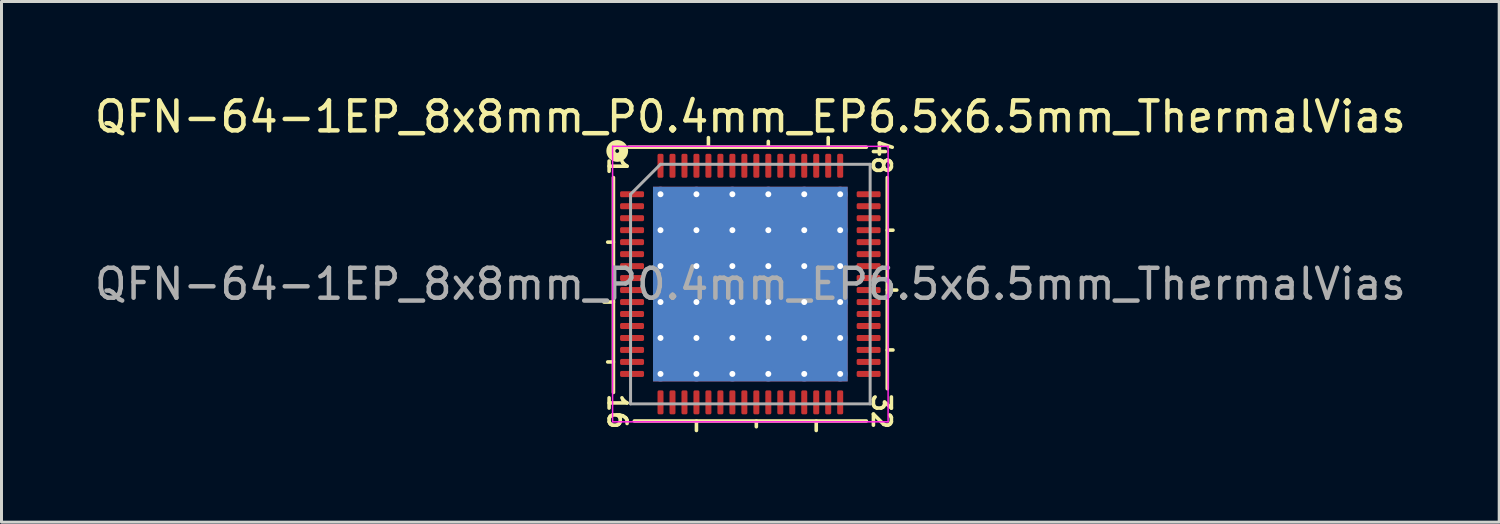
<source format=kicad_pcb>
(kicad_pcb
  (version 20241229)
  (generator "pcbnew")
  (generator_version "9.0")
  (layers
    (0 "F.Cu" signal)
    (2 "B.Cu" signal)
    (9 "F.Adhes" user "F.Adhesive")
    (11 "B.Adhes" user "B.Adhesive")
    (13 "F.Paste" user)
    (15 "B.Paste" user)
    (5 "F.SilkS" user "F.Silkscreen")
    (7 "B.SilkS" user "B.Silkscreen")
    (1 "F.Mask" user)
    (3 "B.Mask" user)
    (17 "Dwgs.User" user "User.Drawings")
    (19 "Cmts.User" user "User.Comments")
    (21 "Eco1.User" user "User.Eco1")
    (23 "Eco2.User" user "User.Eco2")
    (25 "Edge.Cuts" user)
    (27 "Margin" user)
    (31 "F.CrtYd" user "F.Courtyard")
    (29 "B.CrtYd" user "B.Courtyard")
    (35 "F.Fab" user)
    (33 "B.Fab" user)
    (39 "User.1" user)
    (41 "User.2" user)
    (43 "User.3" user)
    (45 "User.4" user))
  (footprint "QFN-64-1EP_8x8mm_P0.4mm_EP6.5x6.5mm_ThermalVias"
    (layer "F.Cu")
    (at 22.006 6.436)
    (property "Reference" "QFN-64-1EP_8x8mm_P0.4mm_EP6.5x6.5mm_ThermalVias" (at 0 -5.588 0) (layer "F.SilkS") (effects (font (size 1 1) (thickness 0.15))))
    (attr smd)
    (fp_line (start -4.572 -3.556) (end -4.572 3.619) (stroke (width 0.12) (type solid)) (layer "F.SilkS"))
    (fp_line (start -4.572 -1.4) (end -4.763 -1.4) (stroke (width 0.12) (type solid)) (layer "F.SilkS"))
    (fp_line (start -4.572 0.6) (end -4.889 0.6) (stroke (width 0.12) (type solid)) (layer "F.SilkS"))
    (fp_line (start -4.572 2.6) (end -4.763 2.6) (stroke (width 0.12) (type solid)) (layer "F.SilkS"))
    (fp_line (start -3.873 4.572) (end 3.873 4.572) (stroke (width 0.12) (type solid)) (layer "F.SilkS"))
    (fp_line (start -1.8 4.572) (end -1.8 4.889) (stroke (width 0.12) (type solid)) (layer "F.SilkS"))
    (fp_line (start -1.4 -4.572) (end -1.4 -4.889) (stroke (width 0.12) (type solid)) (layer "F.SilkS"))
    (fp_line (start 0.2 4.572) (end 0.2 4.763) (stroke (width 0.12) (type solid)) (layer "F.SilkS"))
    (fp_line (start 0.6 -4.572) (end 0.6 -4.763) (stroke (width 0.12) (type solid)) (layer "F.SilkS"))
    (fp_line (start 2.2 4.572) (end 2.2 4.889) (stroke (width 0.12) (type solid)) (layer "F.SilkS"))
    (fp_line (start 2.6 -4.572) (end 2.6 -4.889) (stroke (width 0.12) (type solid)) (layer "F.SilkS"))
    (fp_line (start 3.873 -4.572) (end -4.064 -4.572) (stroke (width 0.12) (type solid)) (layer "F.SilkS"))
    (fp_line (start 4.572 -1.8) (end 4.763 -1.8) (stroke (width 0.12) (type solid)) (layer "F.SilkS"))
    (fp_line (start 4.572 0.2) (end 4.889 0.2) (stroke (width 0.12) (type solid)) (layer "F.SilkS"))
    (fp_line (start 4.572 2.2) (end 4.763 2.2) (stroke (width 0.12) (type solid)) (layer "F.SilkS"))
    (fp_line (start 4.572 3.493) (end 4.572 -3.556) (stroke (width 0.12) (type solid)) (layer "F.SilkS"))
    (fp_circle (center -4.445 -4.445) (end -4.381 -4.445) (stroke (width 0.3) (type solid)) (fill no) (layer "F.SilkS"))
    (fp_line (start -4.6 -4.6) (end -4.6 4.6) (stroke (width 0.05) (type solid)) (layer "F.CrtYd"))
    (fp_line (start -4.6 4.6) (end 4.6 4.6) (stroke (width 0.05) (type solid)) (layer "F.CrtYd"))
    (fp_line (start 4.6 -4.6) (end -4.6 -4.6) (stroke (width 0.05) (type solid)) (layer "F.CrtYd"))
    (fp_line (start 4.6 4.6) (end 4.6 -4.6) (stroke (width 0.05) (type solid)) (layer "F.CrtYd"))
    (fp_line (start -4 -3) (end -3 -4) (stroke (width 0.1) (type solid)) (layer "F.Fab"))
    (fp_line (start -4 4) (end -4 -3) (stroke (width 0.1) (type solid)) (layer "F.Fab"))
    (fp_line (start -3 -4) (end 4 -4) (stroke (width 0.1) (type solid)) (layer "F.Fab"))
    (fp_line (start 4 -4) (end 4 4) (stroke (width 0.1) (type solid)) (layer "F.Fab"))
    (fp_line (start 4 4) (end -4 4) (stroke (width 0.1) (type solid)) (layer "F.Fab"))
    (fp_text user "48" (at 4.381 -4.255 270) (unlocked yes) (layer "F.SilkS") (effects (font (size 0.6 0.6) (thickness 0.12))))
    (fp_text user "1" (at -4.445 -3.937 270) (unlocked yes) (layer "F.SilkS") (effects (font (size 0.6 0.6) (thickness 0.12))))
    (fp_text user "16" (at -4.445 4.255 270) (unlocked yes) (layer "F.SilkS") (effects (font (size 0.6 0.6) (thickness 0.12))))
    (fp_text user "32" (at 4.381 4.255 270) (unlocked yes) (layer "F.SilkS") (effects (font (size 0.6 0.6) (thickness 0.12))))
    (fp_text user "${REFERENCE}" (at 0 0 0) (layer "F.Fab") (effects (font (size 1 1) (thickness 0.15))))
    (pad "" smd roundrect (at -2.4 -2.4) (size 1.007 1.007) (layers "F.Paste") (roundrect_rratio 0.248))
    (pad "" smd roundrect (at -2.4 -1.2) (size 1.007 1.007) (layers "F.Paste") (roundrect_rratio 0.248))
    (pad "" smd roundrect (at -2.4 0) (size 1.007 1.007) (layers "F.Paste") (roundrect_rratio 0.248))
    (pad "" smd roundrect (at -2.4 1.2) (size 1.007 1.007) (layers "F.Paste") (roundrect_rratio 0.248))
    (pad "" smd roundrect (at -2.4 2.4) (size 1.007 1.007) (layers "F.Paste") (roundrect_rratio 0.248))
    (pad "" smd roundrect (at -1.2 -2.4) (size 1.007 1.007) (layers "F.Paste") (roundrect_rratio 0.248))
    (pad "" smd roundrect (at -1.2 -1.2) (size 1.007 1.007) (layers "F.Paste") (roundrect_rratio 0.248))
    (pad "" smd roundrect (at -1.2 0) (size 1.007 1.007) (layers "F.Paste") (roundrect_rratio 0.248))
    (pad "" smd roundrect (at -1.2 1.2) (size 1.007 1.007) (layers "F.Paste") (roundrect_rratio 0.248))
    (pad "" smd roundrect (at -1.2 2.4) (size 1.007 1.007) (layers "F.Paste") (roundrect_rratio 0.248))
    (pad "" smd roundrect (at 0 -2.4) (size 1.007 1.007) (layers "F.Paste") (roundrect_rratio 0.248))
    (pad "" smd roundrect (at 0 -1.2) (size 1.007 1.007) (layers "F.Paste") (roundrect_rratio 0.248))
    (pad "" smd roundrect (at 0 0) (size 1.007 1.007) (layers "F.Paste") (roundrect_rratio 0.248))
    (pad "" smd roundrect (at 0 1.2) (size 1.007 1.007) (layers "F.Paste") (roundrect_rratio 0.248))
    (pad "" smd roundrect (at 0 2.4) (size 1.007 1.007) (layers "F.Paste") (roundrect_rratio 0.248))
    (pad "" smd roundrect (at 1.2 -2.4) (size 1.007 1.007) (layers "F.Paste") (roundrect_rratio 0.248))
    (pad "" smd roundrect (at 1.2 -1.2) (size 1.007 1.007) (layers "F.Paste") (roundrect_rratio 0.248))
    (pad "" smd roundrect (at 1.2 0) (size 1.007 1.007) (layers "F.Paste") (roundrect_rratio 0.248))
    (pad "" smd roundrect (at 1.2 1.2) (size 1.007 1.007) (layers "F.Paste") (roundrect_rratio 0.248))
    (pad "" smd roundrect (at 1.2 2.4) (size 1.007 1.007) (layers "F.Paste") (roundrect_rratio 0.248))
    (pad "" smd roundrect (at 2.4 -2.4) (size 1.007 1.007) (layers "F.Paste") (roundrect_rratio 0.248))
    (pad "" smd roundrect (at 2.4 -1.2) (size 1.007 1.007) (layers "F.Paste") (roundrect_rratio 0.248))
    (pad "" smd roundrect (at 2.4 0) (size 1.007 1.007) (layers "F.Paste") (roundrect_rratio 0.248))
    (pad "" smd roundrect (at 2.4 1.2) (size 1.007 1.007) (layers "F.Paste") (roundrect_rratio 0.248))
    (pad "" smd roundrect (at 2.4 2.4) (size 1.007 1.007) (layers "F.Paste") (roundrect_rratio 0.248))
    (pad "1" smd roundrect (at -3.95 -3) (size 0.8 0.2) (layers "F.Cu" "F.Mask" "F.Paste") (roundrect_rratio 0.25))
    (pad "2" smd roundrect (at -3.95 -2.6) (size 0.8 0.2) (layers "F.Cu" "F.Mask" "F.Paste") (roundrect_rratio 0.25))
    (pad "3" smd roundrect (at -3.95 -2.2) (size 0.8 0.2) (layers "F.Cu" "F.Mask" "F.Paste") (roundrect_rratio 0.25))
    (pad "4" smd roundrect (at -3.95 -1.8) (size 0.8 0.2) (layers "F.Cu" "F.Mask" "F.Paste") (roundrect_rratio 0.25))
    (pad "5" smd roundrect (at -3.95 -1.4) (size 0.8 0.2) (layers "F.Cu" "F.Mask" "F.Paste") (roundrect_rratio 0.25))
    (pad "6" smd roundrect (at -3.95 -1) (size 0.8 0.2) (layers "F.Cu" "F.Mask" "F.Paste") (roundrect_rratio 0.25))
    (pad "7" smd roundrect (at -3.95 -0.6) (size 0.8 0.2) (layers "F.Cu" "F.Mask" "F.Paste") (roundrect_rratio 0.25))
    (pad "8" smd roundrect (at -3.95 -0.2) (size 0.8 0.2) (layers "F.Cu" "F.Mask" "F.Paste") (roundrect_rratio 0.25))
    (pad "9" smd roundrect (at -3.95 0.2) (size 0.8 0.2) (layers "F.Cu" "F.Mask" "F.Paste") (roundrect_rratio 0.25))
    (pad "10" smd roundrect (at -3.95 0.6) (size 0.8 0.2) (layers "F.Cu" "F.Mask" "F.Paste") (roundrect_rratio 0.25))
    (pad "11" smd roundrect (at -3.95 1) (size 0.8 0.2) (layers "F.Cu" "F.Mask" "F.Paste") (roundrect_rratio 0.25))
    (pad "12" smd roundrect (at -3.95 1.4) (size 0.8 0.2) (layers "F.Cu" "F.Mask" "F.Paste") (roundrect_rratio 0.25))
    (pad "13" smd roundrect (at -3.95 1.8) (size 0.8 0.2) (layers "F.Cu" "F.Mask" "F.Paste") (roundrect_rratio 0.25))
    (pad "14" smd roundrect (at -3.95 2.2) (size 0.8 0.2) (layers "F.Cu" "F.Mask" "F.Paste") (roundrect_rratio 0.25))
    (pad "15" smd roundrect (at -3.95 2.6) (size 0.8 0.2) (layers "F.Cu" "F.Mask" "F.Paste") (roundrect_rratio 0.25))
    (pad "16" smd roundrect (at -3.95 3) (size 0.8 0.2) (layers "F.Cu" "F.Mask" "F.Paste") (roundrect_rratio 0.25))
    (pad "17" smd roundrect (at -3 3.95) (size 0.2 0.8) (layers "F.Cu" "F.Mask" "F.Paste") (roundrect_rratio 0.25))
    (pad "18" smd roundrect (at -2.6 3.95) (size 0.2 0.8) (layers "F.Cu" "F.Mask" "F.Paste") (roundrect_rratio 0.25))
    (pad "19" smd roundrect (at -2.2 3.95) (size 0.2 0.8) (layers "F.Cu" "F.Mask" "F.Paste") (roundrect_rratio 0.25))
    (pad "20" smd roundrect (at -1.8 3.95) (size 0.2 0.8) (layers "F.Cu" "F.Mask" "F.Paste") (roundrect_rratio 0.25))
    (pad "21" smd roundrect (at -1.4 3.95) (size 0.2 0.8) (layers "F.Cu" "F.Mask" "F.Paste") (roundrect_rratio 0.25))
    (pad "22" smd roundrect (at -1 3.95) (size 0.2 0.8) (layers "F.Cu" "F.Mask" "F.Paste") (roundrect_rratio 0.25))
    (pad "23" smd roundrect (at -0.6 3.95) (size 0.2 0.8) (layers "F.Cu" "F.Mask" "F.Paste") (roundrect_rratio 0.25))
    (pad "24" smd roundrect (at -0.2 3.95) (size 0.2 0.8) (layers "F.Cu" "F.Mask" "F.Paste") (roundrect_rratio 0.25))
    (pad "25" smd roundrect (at 0.2 3.95) (size 0.2 0.8) (layers "F.Cu" "F.Mask" "F.Paste") (roundrect_rratio 0.25))
    (pad "26" smd roundrect (at 0.6 3.95) (size 0.2 0.8) (layers "F.Cu" "F.Mask" "F.Paste") (roundrect_rratio 0.25))
    (pad "27" smd roundrect (at 1 3.95) (size 0.2 0.8) (layers "F.Cu" "F.Mask" "F.Paste") (roundrect_rratio 0.25))
    (pad "28" smd roundrect (at 1.4 3.95) (size 0.2 0.8) (layers "F.Cu" "F.Mask" "F.Paste") (roundrect_rratio 0.25))
    (pad "29" smd roundrect (at 1.8 3.95) (size 0.2 0.8) (layers "F.Cu" "F.Mask" "F.Paste") (roundrect_rratio 0.25))
    (pad "30" smd roundrect (at 2.2 3.95) (size 0.2 0.8) (layers "F.Cu" "F.Mask" "F.Paste") (roundrect_rratio 0.25))
    (pad "31" smd roundrect (at 2.6 3.95) (size 0.2 0.8) (layers "F.Cu" "F.Mask" "F.Paste") (roundrect_rratio 0.25))
    (pad "32" smd roundrect (at 3 3.95) (size 0.2 0.8) (layers "F.Cu" "F.Mask" "F.Paste") (roundrect_rratio 0.25))
    (pad "33" smd roundrect (at 3.95 3) (size 0.8 0.2) (layers "F.Cu" "F.Mask" "F.Paste") (roundrect_rratio 0.25))
    (pad "34" smd roundrect (at 3.95 2.6) (size 0.8 0.2) (layers "F.Cu" "F.Mask" "F.Paste") (roundrect_rratio 0.25))
    (pad "35" smd roundrect (at 3.95 2.2) (size 0.8 0.2) (layers "F.Cu" "F.Mask" "F.Paste") (roundrect_rratio 0.25))
    (pad "36" smd roundrect (at 3.95 1.8) (size 0.8 0.2) (layers "F.Cu" "F.Mask" "F.Paste") (roundrect_rratio 0.25))
    (pad "37" smd roundrect (at 3.95 1.4) (size 0.8 0.2) (layers "F.Cu" "F.Mask" "F.Paste") (roundrect_rratio 0.25))
    (pad "38" smd roundrect (at 3.95 1) (size 0.8 0.2) (layers "F.Cu" "F.Mask" "F.Paste") (roundrect_rratio 0.25))
    (pad "39" smd roundrect (at 3.95 0.6) (size 0.8 0.2) (layers "F.Cu" "F.Mask" "F.Paste") (roundrect_rratio 0.25))
    (pad "40" smd roundrect (at 3.95 0.2) (size 0.8 0.2) (layers "F.Cu" "F.Mask" "F.Paste") (roundrect_rratio 0.25))
    (pad "41" smd roundrect (at 3.95 -0.2) (size 0.8 0.2) (layers "F.Cu" "F.Mask" "F.Paste") (roundrect_rratio 0.25))
    (pad "42" smd roundrect (at 3.95 -0.6) (size 0.8 0.2) (layers "F.Cu" "F.Mask" "F.Paste") (roundrect_rratio 0.25))
    (pad "43" smd roundrect (at 3.95 -1) (size 0.8 0.2) (layers "F.Cu" "F.Mask" "F.Paste") (roundrect_rratio 0.25))
    (pad "44" smd roundrect (at 3.95 -1.4) (size 0.8 0.2) (layers "F.Cu" "F.Mask" "F.Paste") (roundrect_rratio 0.25))
    (pad "45" smd roundrect (at 3.95 -1.8) (size 0.8 0.2) (layers "F.Cu" "F.Mask" "F.Paste") (roundrect_rratio 0.25))
    (pad "46" smd roundrect (at 3.95 -2.2) (size 0.8 0.2) (layers "F.Cu" "F.Mask" "F.Paste") (roundrect_rratio 0.25))
    (pad "47" smd roundrect (at 3.95 -2.6) (size 0.8 0.2) (layers "F.Cu" "F.Mask" "F.Paste") (roundrect_rratio 0.25))
    (pad "48" smd roundrect (at 3.95 -3) (size 0.8 0.2) (layers "F.Cu" "F.Mask" "F.Paste") (roundrect_rratio 0.25))
    (pad "49" smd roundrect (at 3 -3.95) (size 0.2 0.8) (layers "F.Cu" "F.Mask" "F.Paste") (roundrect_rratio 0.25))
    (pad "50" smd roundrect (at 2.6 -3.95) (size 0.2 0.8) (layers "F.Cu" "F.Mask" "F.Paste") (roundrect_rratio 0.25))
    (pad "51" smd roundrect (at 2.2 -3.95) (size 0.2 0.8) (layers "F.Cu" "F.Mask" "F.Paste") (roundrect_rratio 0.25))
    (pad "52" smd roundrect (at 1.8 -3.95) (size 0.2 0.8) (layers "F.Cu" "F.Mask" "F.Paste") (roundrect_rratio 0.25))
    (pad "53" smd roundrect (at 1.4 -3.95) (size 0.2 0.8) (layers "F.Cu" "F.Mask" "F.Paste") (roundrect_rratio 0.25))
    (pad "54" smd roundrect (at 1 -3.95) (size 0.2 0.8) (layers "F.Cu" "F.Mask" "F.Paste") (roundrect_rratio 0.25))
    (pad "55" smd roundrect (at 0.6 -3.95) (size 0.2 0.8) (layers "F.Cu" "F.Mask" "F.Paste") (roundrect_rratio 0.25))
    (pad "56" smd roundrect (at 0.2 -3.95) (size 0.2 0.8) (layers "F.Cu" "F.Mask" "F.Paste") (roundrect_rratio 0.25))
    (pad "57" smd roundrect (at -0.2 -3.95) (size 0.2 0.8) (layers "F.Cu" "F.Mask" "F.Paste") (roundrect_rratio 0.25))
    (pad "58" smd roundrect (at -0.6 -3.95) (size 0.2 0.8) (layers "F.Cu" "F.Mask" "F.Paste") (roundrect_rratio 0.25))
    (pad "59" smd roundrect (at -1 -3.95) (size 0.2 0.8) (layers "F.Cu" "F.Mask" "F.Paste") (roundrect_rratio 0.25))
    (pad "60" smd roundrect (at -1.4 -3.95) (size 0.2 0.8) (layers "F.Cu" "F.Mask" "F.Paste") (roundrect_rratio 0.25))
    (pad "61" smd roundrect (at -1.8 -3.95) (size 0.2 0.8) (layers "F.Cu" "F.Mask" "F.Paste") (roundrect_rratio 0.25))
    (pad "62" smd roundrect (at -2.2 -3.95) (size 0.2 0.8) (layers "F.Cu" "F.Mask" "F.Paste") (roundrect_rratio 0.25))
    (pad "63" smd roundrect (at -2.6 -3.95) (size 0.2 0.8) (layers "F.Cu" "F.Mask" "F.Paste") (roundrect_rratio 0.25))
    (pad "64" smd roundrect (at -3 -3.95) (size 0.2 0.8) (layers "F.Cu" "F.Mask" "F.Paste") (roundrect_rratio 0.25))
    (pad "65" thru_hole circle (at -3 -3) (size 0.5 0.5) (drill 0.2) (layers "*.Cu"))
    (pad "65" thru_hole circle (at -3 -1.8) (size 0.5 0.5) (drill 0.2) (layers "*.Cu"))
    (pad "65" thru_hole circle (at -3 -0.6) (size 0.5 0.5) (drill 0.2) (layers "*.Cu"))
    (pad "65" thru_hole circle (at -3 0.6) (size 0.5 0.5) (drill 0.2) (layers "*.Cu"))
    (pad "65" thru_hole circle (at -3 1.8) (size 0.5 0.5) (drill 0.2) (layers "*.Cu"))
    (pad "65" thru_hole circle (at -3 3) (size 0.5 0.5) (drill 0.2) (layers "*.Cu"))
    (pad "65" thru_hole circle (at -1.8 -3) (size 0.5 0.5) (drill 0.2) (layers "*.Cu"))
    (pad "65" thru_hole circle (at -1.8 -1.8) (size 0.5 0.5) (drill 0.2) (layers "*.Cu"))
    (pad "65" thru_hole circle (at -1.8 -0.6) (size 0.5 0.5) (drill 0.2) (layers "*.Cu"))
    (pad "65" thru_hole circle (at -1.8 0.6) (size 0.5 0.5) (drill 0.2) (layers "*.Cu"))
    (pad "65" thru_hole circle (at -1.8 1.8) (size 0.5 0.5) (drill 0.2) (layers "*.Cu"))
    (pad "65" thru_hole circle (at -1.8 3) (size 0.5 0.5) (drill 0.2) (layers "*.Cu"))
    (pad "65" thru_hole circle (at -0.6 -3) (size 0.5 0.5) (drill 0.2) (layers "*.Cu"))
    (pad "65" thru_hole circle (at -0.6 -1.8) (size 0.5 0.5) (drill 0.2) (layers "*.Cu"))
    (pad "65" thru_hole circle (at -0.6 -0.6) (size 0.5 0.5) (drill 0.2) (layers "*.Cu"))
    (pad "65" thru_hole circle (at -0.6 0.6) (size 0.5 0.5) (drill 0.2) (layers "*.Cu"))
    (pad "65" thru_hole circle (at -0.6 1.8) (size 0.5 0.5) (drill 0.2) (layers "*.Cu"))
    (pad "65" thru_hole circle (at -0.6 3) (size 0.5 0.5) (drill 0.2) (layers "*.Cu"))
    (pad "65" smd rect (at 0 0) (size 6.5 6.5) (layers "F.Cu" "F.Mask"))
    (pad "65" smd rect (at 0 0) (size 6.5 6.5) (layers "B.Cu" "B.Mask"))
    (pad "65" thru_hole circle (at 0.6 -3) (size 0.5 0.5) (drill 0.2) (layers "*.Cu"))
    (pad "65" thru_hole circle (at 0.6 -1.8) (size 0.5 0.5) (drill 0.2) (layers "*.Cu"))
    (pad "65" thru_hole circle (at 0.6 -0.6) (size 0.5 0.5) (drill 0.2) (layers "*.Cu"))
    (pad "65" thru_hole circle (at 0.6 0.6) (size 0.5 0.5) (drill 0.2) (layers "*.Cu"))
    (pad "65" thru_hole circle (at 0.6 1.8) (size 0.5 0.5) (drill 0.2) (layers "*.Cu"))
    (pad "65" thru_hole circle (at 0.6 3) (size 0.5 0.5) (drill 0.2) (layers "*.Cu"))
    (pad "65" thru_hole circle (at 1.8 -3) (size 0.5 0.5) (drill 0.2) (layers "*.Cu"))
    (pad "65" thru_hole circle (at 1.8 -1.8) (size 0.5 0.5) (drill 0.2) (layers "*.Cu"))
    (pad "65" thru_hole circle (at 1.8 -0.6) (size 0.5 0.5) (drill 0.2) (layers "*.Cu"))
    (pad "65" thru_hole circle (at 1.8 0.6) (size 0.5 0.5) (drill 0.2) (layers "*.Cu"))
    (pad "65" thru_hole circle (at 1.8 1.8) (size 0.5 0.5) (drill 0.2) (layers "*.Cu"))
    (pad "65" thru_hole circle (at 1.8 3) (size 0.5 0.5) (drill 0.2) (layers "*.Cu"))
    (pad "65" thru_hole circle (at 3 -3) (size 0.5 0.5) (drill 0.2) (layers "*.Cu"))
    (pad "65" thru_hole circle (at 3 -1.8) (size 0.5 0.5) (drill 0.2) (layers "*.Cu"))
    (pad "65" thru_hole circle (at 3 -0.6) (size 0.5 0.5) (drill 0.2) (layers "*.Cu"))
    (pad "65" thru_hole circle (at 3 0.6) (size 0.5 0.5) (drill 0.2) (layers "*.Cu"))
    (pad "65" thru_hole circle (at 3 1.8) (size 0.5 0.5) (drill 0.2) (layers "*.Cu"))
    (pad "65" thru_hole circle (at 3 3) (size 0.5 0.5) (drill 0.2) (layers "*.Cu")))
  (gr_rect
    (start -3 -3)
    (end 47.012 14.386)
    (stroke (width 0.1) (type default))
    (fill no)
    (layer "Edge.Cuts")))
</source>
